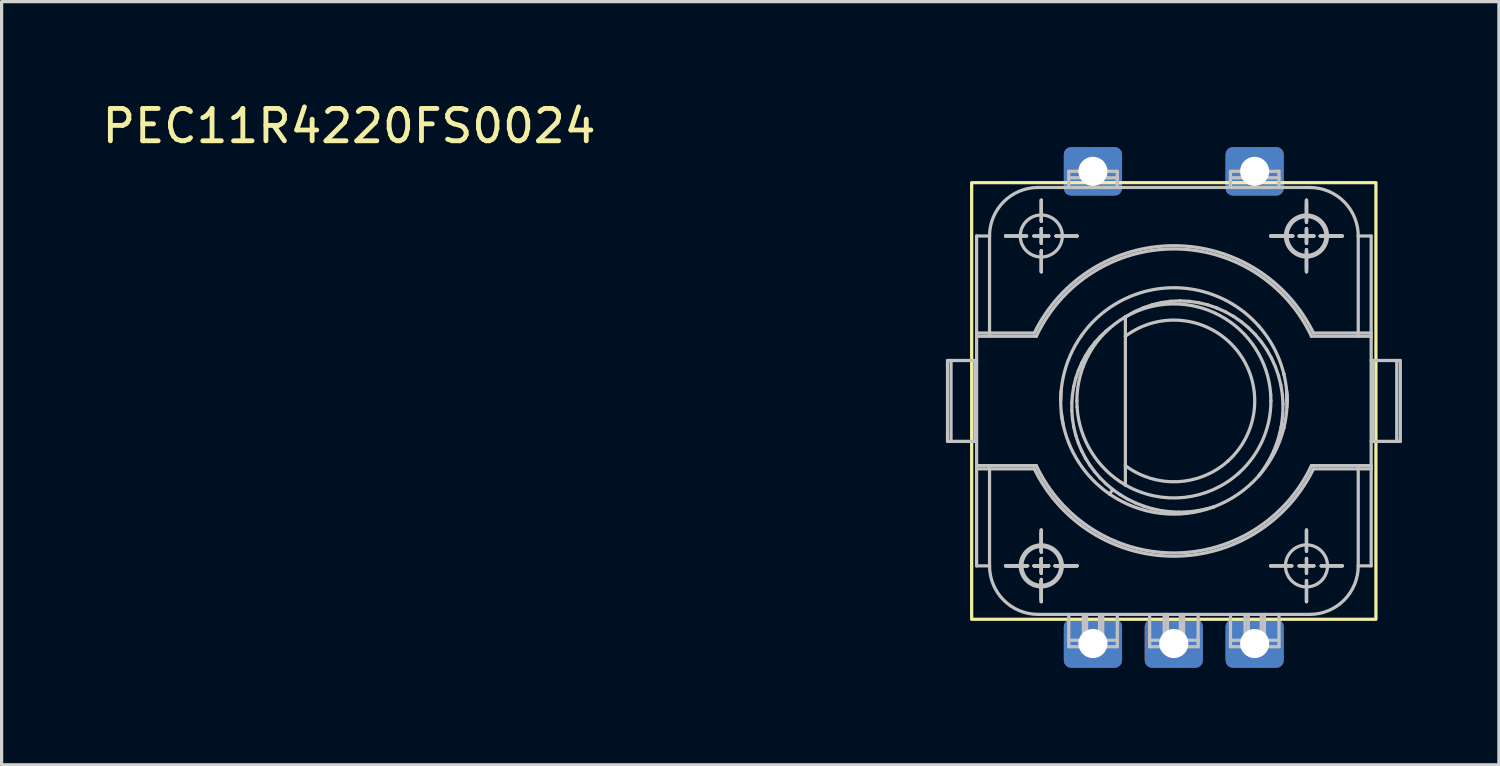
<source format=kicad_pcb>
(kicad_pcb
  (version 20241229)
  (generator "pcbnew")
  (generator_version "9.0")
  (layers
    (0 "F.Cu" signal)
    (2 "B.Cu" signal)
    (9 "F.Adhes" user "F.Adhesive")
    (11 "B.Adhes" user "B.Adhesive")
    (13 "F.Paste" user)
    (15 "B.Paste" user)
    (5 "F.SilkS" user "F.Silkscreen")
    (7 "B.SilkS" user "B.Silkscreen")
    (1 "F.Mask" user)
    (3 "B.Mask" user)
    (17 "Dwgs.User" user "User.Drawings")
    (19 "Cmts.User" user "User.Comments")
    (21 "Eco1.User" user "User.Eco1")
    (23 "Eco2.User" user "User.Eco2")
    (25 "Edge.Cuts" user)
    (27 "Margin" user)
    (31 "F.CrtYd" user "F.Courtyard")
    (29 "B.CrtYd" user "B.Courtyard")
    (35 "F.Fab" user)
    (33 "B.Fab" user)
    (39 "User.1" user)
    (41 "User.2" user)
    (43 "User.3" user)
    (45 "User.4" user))
  (footprint "PEC11R4220FS0024"
    (layer "F.Cu")
    (at 33.244 9.348)
    (property "Reference" "PEC11R4220FS0024" (at -25.5 -8.5 0) (layer "F.SilkS") (effects (font (size 1 1) (thickness 0.15))))
    (attr through_hole)
    (fp_rect (start -6.25 -6.75) (end 6.25 6.75) (stroke (width 0.1) (type default)) (fill no) (layer "F.SilkS"))
    (fp_line (start -6.997 -1.251) (end -6.997 1.249) (stroke (width 0.1) (type default)) (layer "Dwgs.User"))
    (fp_line (start -6.997 1.249) (end -6.888 1.249) (stroke (width 0.1) (type default)) (layer "Dwgs.User"))
    (fp_line (start -6.888 -1.251) (end -6.997 -1.251) (stroke (width 0.1) (type default)) (layer "Dwgs.User"))
    (fp_line (start -6.888 1.249) (end -6.888 -1.251) (stroke (width 0.1) (type default)) (layer "Dwgs.User"))
    (fp_line (start -6.888 1.249) (end -6.151 1.249) (stroke (width 0.1) (type default)) (layer "Dwgs.User"))
    (fp_line (start -6.151 -1.251) (end -6.888 -1.251) (stroke (width 0.1) (type default)) (layer "Dwgs.User"))
    (fp_line (start -6.151 1.249) (end -6.151 -1.251) (stroke (width 0.1) (type default)) (layer "Dwgs.User"))
    (fp_line (start -6.151 1.249) (end -6.097 1.249) (stroke (width 0.1) (type default)) (layer "Dwgs.User"))
    (fp_line (start -6.097 -2.101) (end -6.097 -5.101) (stroke (width 0.1) (type default)) (layer "Dwgs.User"))
    (fp_line (start -6.097 -2.101) (end -6.097 -2.001) (stroke (width 0.1) (type default)) (layer "Dwgs.User"))
    (fp_line (start -6.097 -2.101) (end -5.697 -2.101) (stroke (width 0.1) (type default)) (layer "Dwgs.User"))
    (fp_line (start -6.097 -2.001) (end -4.25 -2.001) (stroke (width 0.1) (type default)) (layer "Dwgs.User"))
    (fp_line (start -6.097 -1.251) (end -6.151 -1.251) (stroke (width 0.1) (type default)) (layer "Dwgs.User"))
    (fp_line (start -6.097 1.999) (end -6.097 -2.001) (stroke (width 0.1) (type default)) (layer "Dwgs.User"))
    (fp_line (start -6.097 1.999) (end -6.097 2.099) (stroke (width 0.1) (type default)) (layer "Dwgs.User"))
    (fp_line (start -6.097 5.099) (end -6.097 2.099) (stroke (width 0.1) (type default)) (layer "Dwgs.User"))
    (fp_line (start -6.097 5.099) (end -5.697 5.099) (stroke (width 0.1) (type default)) (layer "Dwgs.User"))
    (fp_line (start -5.697 -5.101) (end -6.097 -5.101) (stroke (width 0.1) (type default)) (layer "Dwgs.User"))
    (fp_line (start -5.697 -2.101) (end -5.697 -5.101) (stroke (width 0.1) (type default)) (layer "Dwgs.User"))
    (fp_line (start -5.697 -2.101) (end -5.697 -2.001) (stroke (width 0.1) (type default)) (layer "Dwgs.User"))
    (fp_line (start -5.697 1.999) (end -5.697 2.099) (stroke (width 0.1) (type default)) (layer "Dwgs.User"))
    (fp_line (start -5.697 2.099) (end -6.097 2.099) (stroke (width 0.1) (type default)) (layer "Dwgs.User"))
    (fp_line (start -5.697 2.099) (end -4.313 2.099) (stroke (width 0.1) (type default)) (layer "Dwgs.User"))
    (fp_line (start -5.697 5.099) (end -5.697 2.099) (stroke (width 0.1) (type default)) (layer "Dwgs.User"))
    (fp_line (start -5.202 -5.101) (end -5.202 -5.101) (stroke (width 0.1) (type default)) (layer "Dwgs.User"))
    (fp_line (start -5.202 5.099) (end -5.202 5.099) (stroke (width 0.1) (type default)) (layer "Dwgs.User"))
    (fp_line (start -4.552 -5.101) (end -5.202 -5.101) (stroke (width 0.1) (type default)) (layer "Dwgs.User"))
    (fp_line (start -4.552 -5.101) (end -5.202 -5.101) (stroke (width 0.1) (type default)) (layer "Dwgs.User"))
    (fp_line (start -4.552 -5.101) (end -5.202 -5.101) (stroke (width 0.1) (type default)) (layer "Dwgs.User"))
    (fp_line (start -4.552 5.099) (end -5.202 5.099) (stroke (width 0.1) (type default)) (layer "Dwgs.User"))
    (fp_line (start -4.552 5.099) (end -5.202 5.099) (stroke (width 0.1) (type default)) (layer "Dwgs.User"))
    (fp_line (start -4.552 5.099) (end -5.202 5.099) (stroke (width 0.1) (type default)) (layer "Dwgs.User"))
    (fp_line (start -4.517 5.099) (end -5.117 5.099) (stroke (width 0.1) (type default)) (layer "Dwgs.User"))
    (fp_line (start -4.517 5.099) (end -5.117 5.099) (stroke (width 0.1) (type default)) (layer "Dwgs.User"))
    (fp_line (start -4.324 -5.101) (end -3.869 -5.101) (stroke (width 0.1) (type default)) (layer "Dwgs.User"))
    (fp_line (start -4.324 -5.101) (end -3.869 -5.101) (stroke (width 0.1) (type default)) (layer "Dwgs.User"))
    (fp_line (start -4.324 5.099) (end -3.869 5.099) (stroke (width 0.1) (type default)) (layer "Dwgs.User"))
    (fp_line (start -4.324 5.099) (end -3.869 5.099) (stroke (width 0.1) (type default)) (layer "Dwgs.User"))
    (fp_line (start -4.324 -5.101) (end -3.869 -5.101) (stroke (width 0.1) (type default)) (layer "Dwgs.User"))
    (fp_line (start -4.324 5.099) (end -3.869 5.099) (stroke (width 0.1) (type default)) (layer "Dwgs.User"))
    (fp_line (start -4.313 -2.101) (end -5.697 -2.101) (stroke (width 0.1) (type default)) (layer "Dwgs.User"))
    (fp_line (start -4.307 5.099) (end -3.887 5.099) (stroke (width 0.1) (type default)) (layer "Dwgs.User"))
    (fp_line (start -4.307 5.099) (end -3.887 5.099) (stroke (width 0.1) (type default)) (layer "Dwgs.User"))
    (fp_line (start -4.25 1.999) (end -6.097 1.999) (stroke (width 0.1) (type default)) (layer "Dwgs.User"))
    (fp_line (start -4.197 -6.601) (end 4.203 -6.601) (stroke (width 0.1) (type default)) (layer "Dwgs.User"))
    (fp_line (start -4.197 -6.601) (end -4.197 -6.601) (stroke (width 0.1) (type default)) (layer "Dwgs.User"))
    (fp_line (start -4.097 -6.206) (end -4.097 -6.206) (stroke (width 0.1) (type default)) (layer "Dwgs.User"))
    (fp_line (start -4.097 -5.556) (end -4.097 -6.206) (stroke (width 0.1) (type default)) (layer "Dwgs.User"))
    (fp_line (start -4.097 -5.556) (end -4.097 -6.206) (stroke (width 0.1) (type default)) (layer "Dwgs.User"))
    (fp_line (start -4.097 -5.328) (end -4.097 -5.328) (stroke (width 0.1) (type default)) (layer "Dwgs.User"))
    (fp_line (start -4.097 -4.873) (end -4.097 -5.328) (stroke (width 0.1) (type default)) (layer "Dwgs.User"))
    (fp_line (start -4.097 -4.873) (end -4.097 -5.328) (stroke (width 0.1) (type default)) (layer "Dwgs.User"))
    (fp_line (start -4.097 -4.646) (end -4.097 -3.996) (stroke (width 0.1) (type default)) (layer "Dwgs.User"))
    (fp_line (start -4.097 -4.646) (end -4.097 -3.996) (stroke (width 0.1) (type default)) (layer "Dwgs.User"))
    (fp_line (start -4.097 -3.996) (end -4.097 -3.996) (stroke (width 0.1) (type default)) (layer "Dwgs.User"))
    (fp_line (start -4.097 3.994) (end -4.097 3.994) (stroke (width 0.1) (type default)) (layer "Dwgs.User"))
    (fp_line (start -4.097 4.644) (end -4.097 3.994) (stroke (width 0.1) (type default)) (layer "Dwgs.User"))
    (fp_line (start -4.097 4.644) (end -4.097 3.994) (stroke (width 0.1) (type default)) (layer "Dwgs.User"))
    (fp_line (start -4.097 4.679) (end -4.097 4.079) (stroke (width 0.1) (type default)) (layer "Dwgs.User"))
    (fp_line (start -4.097 4.679) (end -4.097 4.079) (stroke (width 0.1) (type default)) (layer "Dwgs.User"))
    (fp_line (start -4.097 4.872) (end -4.097 4.872) (stroke (width 0.1) (type default)) (layer "Dwgs.User"))
    (fp_line (start -4.097 5.309) (end -4.097 4.889) (stroke (width 0.1) (type default)) (layer "Dwgs.User"))
    (fp_line (start -4.097 5.309) (end -4.097 4.889) (stroke (width 0.1) (type default)) (layer "Dwgs.User"))
    (fp_line (start -4.097 5.327) (end -4.097 4.872) (stroke (width 0.1) (type default)) (layer "Dwgs.User"))
    (fp_line (start -4.097 5.327) (end -4.097 4.872) (stroke (width 0.1) (type default)) (layer "Dwgs.User"))
    (fp_line (start -4.097 5.519) (end -4.097 6.119) (stroke (width 0.1) (type default)) (layer "Dwgs.User"))
    (fp_line (start -4.097 5.519) (end -4.097 6.119) (stroke (width 0.1) (type default)) (layer "Dwgs.User"))
    (fp_line (start -4.097 5.554) (end -4.097 6.204) (stroke (width 0.1) (type default)) (layer "Dwgs.User"))
    (fp_line (start -4.097 5.554) (end -4.097 6.204) (stroke (width 0.1) (type default)) (layer "Dwgs.User"))
    (fp_line (start -4.097 6.204) (end -4.097 6.204) (stroke (width 0.1) (type default)) (layer "Dwgs.User"))
    (fp_line (start -4.097 -5.556) (end -4.097 -6.206) (stroke (width 0.1) (type default)) (layer "Dwgs.User"))
    (fp_line (start -4.097 -4.873) (end -4.097 -5.328) (stroke (width 0.1) (type default)) (layer "Dwgs.User"))
    (fp_line (start -4.097 -4.646) (end -4.097 -3.996) (stroke (width 0.1) (type default)) (layer "Dwgs.User"))
    (fp_line (start -4.097 4.644) (end -4.097 3.994) (stroke (width 0.1) (type default)) (layer "Dwgs.User"))
    (fp_line (start -4.097 5.327) (end -4.097 4.872) (stroke (width 0.1) (type default)) (layer "Dwgs.User"))
    (fp_line (start -4.097 5.554) (end -4.097 6.204) (stroke (width 0.1) (type default)) (layer "Dwgs.User"))
    (fp_line (start -3.869 -5.101) (end -3.869 -5.101) (stroke (width 0.1) (type default)) (layer "Dwgs.User"))
    (fp_line (start -3.869 5.099) (end -3.869 5.099) (stroke (width 0.1) (type default)) (layer "Dwgs.User"))
    (fp_line (start -3.677 5.099) (end -3.077 5.099) (stroke (width 0.1) (type default)) (layer "Dwgs.User"))
    (fp_line (start -3.677 5.099) (end -3.077 5.099) (stroke (width 0.1) (type default)) (layer "Dwgs.User"))
    (fp_line (start -3.642 -5.101) (end -2.992 -5.101) (stroke (width 0.1) (type default)) (layer "Dwgs.User"))
    (fp_line (start -3.642 -5.101) (end -2.992 -5.101) (stroke (width 0.1) (type default)) (layer "Dwgs.User"))
    (fp_line (start -3.642 5.099) (end -2.992 5.099) (stroke (width 0.1) (type default)) (layer "Dwgs.User"))
    (fp_line (start -3.642 5.099) (end -2.992 5.099) (stroke (width 0.1) (type default)) (layer "Dwgs.User"))
    (fp_line (start -3.642 -5.101) (end -2.992 -5.101) (stroke (width 0.1) (type default)) (layer "Dwgs.User"))
    (fp_line (start -3.642 5.099) (end -2.992 5.099) (stroke (width 0.1) (type default)) (layer "Dwgs.User"))
    (fp_line (start -3.473 0.411) (end -3.473 0.411) (stroke (width 0.1) (type default)) (layer "Dwgs.User"))
    (fp_line (start -3.247 -7.101) (end -3.247 -6.901) (stroke (width 0.1) (type default)) (layer "Dwgs.User"))
    (fp_line (start -3.247 -6.601) (end -3.247 -6.901) (stroke (width 0.1) (type default)) (layer "Dwgs.User"))
    (fp_line (start -3.247 6.599) (end -3.247 7.399) (stroke (width 0.1) (type default)) (layer "Dwgs.User"))
    (fp_line (start -3.247 7.399) (end -3.247 7.599) (stroke (width 0.1) (type default)) (layer "Dwgs.User"))
    (fp_line (start -3.247 7.399) (end -2.797 7.399) (stroke (width 0.1) (type default)) (layer "Dwgs.User"))
    (fp_line (start -3.247 7.599) (end -2.797 7.599) (stroke (width 0.1) (type default)) (layer "Dwgs.User"))
    (fp_line (start -3.153 0.305) (end -3.132 0.559) (stroke (width 0.1) (type default)) (layer "Dwgs.User"))
    (fp_line (start -3.153 0.05) (end -3.153 0.305) (stroke (width 0.1) (type default)) (layer "Dwgs.User"))
    (fp_line (start -3.132 0.559) (end -3.092 0.811) (stroke (width 0.1) (type default)) (layer "Dwgs.User"))
    (fp_line (start -3.132 -0.203) (end -3.153 0.05) (stroke (width 0.1) (type default)) (layer "Dwgs.User"))
    (fp_line (start -3.092 -0.453) (end -3.132 -0.203) (stroke (width 0.1) (type default)) (layer "Dwgs.User"))
    (fp_line (start -3.092 0.811) (end -3.031 1.06) (stroke (width 0.1) (type default)) (layer "Dwgs.User"))
    (fp_line (start -3.031 -0.698) (end -3.092 -0.453) (stroke (width 0.1) (type default)) (layer "Dwgs.User"))
    (fp_line (start -3.031 1.06) (end -2.95 1.303) (stroke (width 0.1) (type default)) (layer "Dwgs.User"))
    (fp_line (start -2.992 -5.101) (end -2.992 -5.101) (stroke (width 0.1) (type default)) (layer "Dwgs.User"))
    (fp_line (start -2.992 5.099) (end -2.992 5.099) (stroke (width 0.1) (type default)) (layer "Dwgs.User"))
    (fp_line (start -2.95 -0.938) (end -3.031 -0.698) (stroke (width 0.1) (type default)) (layer "Dwgs.User"))
    (fp_line (start -2.95 1.303) (end -2.85 1.54) (stroke (width 0.1) (type default)) (layer "Dwgs.User"))
    (fp_line (start -2.858 -2.017) (end -2.858 -2.017) (stroke (width 0.1) (type default)) (layer "Dwgs.User"))
    (fp_line (start -2.85 -1.17) (end -2.95 -0.938) (stroke (width 0.1) (type default)) (layer "Dwgs.User"))
    (fp_line (start -2.85 1.54) (end -2.731 1.768) (stroke (width 0.1) (type default)) (layer "Dwgs.User"))
    (fp_line (start -2.797 7.399) (end -2.797 6.599) (stroke (width 0.1) (type default)) (layer "Dwgs.User"))
    (fp_line (start -2.797 7.399) (end -2.697 7.399) (stroke (width 0.1) (type default)) (layer "Dwgs.User"))
    (fp_line (start -2.797 7.599) (end -2.797 7.399) (stroke (width 0.1) (type default)) (layer "Dwgs.User"))
    (fp_line (start -2.732 -1.393) (end -2.85 -1.17) (stroke (width 0.1) (type default)) (layer "Dwgs.User"))
    (fp_line (start -2.731 1.768) (end -2.594 1.987) (stroke (width 0.1) (type default)) (layer "Dwgs.User"))
    (fp_line (start -2.697 7.399) (end -2.697 6.599) (stroke (width 0.1) (type default)) (layer "Dwgs.User"))
    (fp_line (start -2.697 7.399) (end -2.297 7.399) (stroke (width 0.1) (type default)) (layer "Dwgs.User"))
    (fp_line (start -2.697 7.699) (end -2.697 7.399) (stroke (width 0.1) (type default)) (layer "Dwgs.User"))
    (fp_line (start -2.697 7.699) (end -2.298 7.699) (stroke (width 0.1) (type default)) (layer "Dwgs.User"))
    (fp_line (start -2.647 -7.201) (end -2.647 -7.201) (stroke (width 0.1) (type default)) (layer "Dwgs.User"))
    (fp_line (start -2.597 -1.605) (end -2.732 -1.393) (stroke (width 0.1) (type default)) (layer "Dwgs.User"))
    (fp_line (start -2.594 1.987) (end -2.441 2.194) (stroke (width 0.1) (type default)) (layer "Dwgs.User"))
    (fp_line (start -2.444 -1.804) (end -2.597 -1.605) (stroke (width 0.1) (type default)) (layer "Dwgs.User"))
    (fp_line (start -2.441 2.194) (end -2.271 2.389) (stroke (width 0.1) (type default)) (layer "Dwgs.User"))
    (fp_line (start -2.353 -7.201) (end -2.647 -7.201) (stroke (width 0.1) (type default)) (layer "Dwgs.User"))
    (fp_line (start -2.297 6.599) (end -2.297 7.399) (stroke (width 0.1) (type default)) (layer "Dwgs.User"))
    (fp_line (start -2.297 7.399) (end -2.297 7.699) (stroke (width 0.1) (type default)) (layer "Dwgs.User"))
    (fp_line (start -2.276 -1.99) (end -2.444 -1.804) (stroke (width 0.1) (type default)) (layer "Dwgs.User"))
    (fp_line (start -2.271 2.389) (end -2.086 2.57) (stroke (width 0.1) (type default)) (layer "Dwgs.User"))
    (fp_line (start -2.197 7.599) (end -1.747 7.599) (stroke (width 0.1) (type default)) (layer "Dwgs.User"))
    (fp_line (start -2.197 6.599) (end -2.197 7.399) (stroke (width 0.1) (type default)) (layer "Dwgs.User"))
    (fp_line (start -2.197 7.399) (end -2.297 7.399) (stroke (width 0.1) (type default)) (layer "Dwgs.User"))
    (fp_line (start -2.197 7.399) (end -2.197 7.599) (stroke (width 0.1) (type default)) (layer "Dwgs.User"))
    (fp_line (start -2.197 7.399) (end -1.747 7.399) (stroke (width 0.1) (type default)) (layer "Dwgs.User"))
    (fp_line (start -2.093 -2.161) (end -2.276 -1.99) (stroke (width 0.1) (type default)) (layer "Dwgs.User"))
    (fp_line (start -2.086 2.57) (end -1.887 2.737) (stroke (width 0.1) (type default)) (layer "Dwgs.User"))
    (fp_line (start -1.985 2.88) (end -1.887 2.737) (stroke (width 0.1) (type default)) (layer "Dwgs.User"))
    (fp_line (start -1.98 -2.254) (end -2.093 -2.161) (stroke (width 0.1) (type default)) (layer "Dwgs.User"))
    (fp_line (start -1.747 -7.101) (end -3.247 -7.101) (stroke (width 0.1) (type default)) (layer "Dwgs.User"))
    (fp_line (start -1.747 -6.901) (end -3.247 -6.901) (stroke (width 0.1) (type default)) (layer "Dwgs.User"))
    (fp_line (start -1.747 -6.901) (end -1.747 -7.101) (stroke (width 0.1) (type default)) (layer "Dwgs.User"))
    (fp_line (start -1.747 -6.601) (end -1.747 -6.901) (stroke (width 0.1) (type default)) (layer "Dwgs.User"))
    (fp_line (start -1.747 6.599) (end -1.747 7.399) (stroke (width 0.1) (type default)) (layer "Dwgs.User"))
    (fp_line (start -1.747 7.599) (end -1.747 7.399) (stroke (width 0.1) (type default)) (layer "Dwgs.User"))
    (fp_line (start -1.663 2.895) (end -1.428 3.035) (stroke (width 0.1) (type default)) (layer "Dwgs.User"))
    (fp_line (start -1.497 -2.599) (end -1.497 -2.599) (stroke (width 0.1) (type default)) (layer "Dwgs.User"))
    (fp_line (start -1.497 2.597) (end -1.497 2.597) (stroke (width 0.1) (type default)) (layer "Dwgs.User"))
    (fp_line (start -1.497 -2.599) (end -1.497 -2.001) (stroke (width 0.1) (type default)) (layer "Dwgs.User"))
    (fp_line (start -1.497 -2.001) (end -1.497 1.999) (stroke (width 0.1) (type default)) (layer "Dwgs.User"))
    (fp_line (start -1.497 1.999) (end -1.497 2.597) (stroke (width 0.1) (type default)) (layer "Dwgs.User"))
    (fp_line (start -1.428 3.035) (end -1.182 3.154) (stroke (width 0.1) (type default)) (layer "Dwgs.User"))
    (fp_line (start -1.199 -2.766) (end -0.936 -2.884) (stroke (width 0.1) (type default)) (layer "Dwgs.User"))
    (fp_line (start -1.182 3.154) (end -0.926 3.254) (stroke (width 0.1) (type default)) (layer "Dwgs.User"))
    (fp_line (start -0.936 -2.884) (end -0.663 -2.976) (stroke (width 0.1) (type default)) (layer "Dwgs.User"))
    (fp_line (start -0.926 3.254) (end -0.662 3.333) (stroke (width 0.1) (type default)) (layer "Dwgs.User"))
    (fp_line (start -0.747 6.599) (end -0.747 7.399) (stroke (width 0.1) (type default)) (layer "Dwgs.User"))
    (fp_line (start -0.747 7.399) (end -0.747 7.599) (stroke (width 0.1) (type default)) (layer "Dwgs.User"))
    (fp_line (start -0.747 7.399) (end -0.297 7.399) (stroke (width 0.1) (type default)) (layer "Dwgs.User"))
    (fp_line (start -0.747 7.599) (end -0.297 7.599) (stroke (width 0.1) (type default)) (layer "Dwgs.User"))
    (fp_line (start -0.663 -2.976) (end -0.383 -3.043) (stroke (width 0.1) (type default)) (layer "Dwgs.User"))
    (fp_line (start -0.662 3.333) (end -0.393 3.39) (stroke (width 0.1) (type default)) (layer "Dwgs.User"))
    (fp_line (start -0.393 3.39) (end -0.121 3.425) (stroke (width 0.1) (type default)) (layer "Dwgs.User"))
    (fp_line (start -0.383 -3.043) (end -0.097 -3.082) (stroke (width 0.1) (type default)) (layer "Dwgs.User"))
    (fp_line (start -0.297 7.399) (end -0.297 6.599) (stroke (width 0.1) (type default)) (layer "Dwgs.User"))
    (fp_line (start -0.297 7.399) (end -0.197 7.399) (stroke (width 0.1) (type default)) (layer "Dwgs.User"))
    (fp_line (start -0.297 7.599) (end -0.297 7.399) (stroke (width 0.1) (type default)) (layer "Dwgs.User"))
    (fp_line (start -0.197 7.399) (end -0.197 6.599) (stroke (width 0.1) (type default)) (layer "Dwgs.User"))
    (fp_line (start -0.197 7.399) (end 0.203 7.399) (stroke (width 0.1) (type default)) (layer "Dwgs.User"))
    (fp_line (start -0.197 7.699) (end -0.197 7.399) (stroke (width 0.1) (type default)) (layer "Dwgs.User"))
    (fp_line (start -0.197 7.699) (end 0.203 7.699) (stroke (width 0.1) (type default)) (layer "Dwgs.User"))
    (fp_line (start -0.121 3.425) (end 0.153 3.439) (stroke (width 0.1) (type default)) (layer "Dwgs.User"))
    (fp_line (start -0.097 -3.082) (end 0.193 -3.095) (stroke (width 0.1) (type default)) (layer "Dwgs.User"))
    (fp_line (start 0.153 3.439) (end 0.429 3.43) (stroke (width 0.1) (type default)) (layer "Dwgs.User"))
    (fp_line (start 0.193 -3.095) (end 0.483 -3.08) (stroke (width 0.1) (type default)) (layer "Dwgs.User"))
    (fp_line (start 0.203 6.599) (end 0.203 7.399) (stroke (width 0.1) (type default)) (layer "Dwgs.User"))
    (fp_line (start 0.203 7.399) (end 0.203 7.699) (stroke (width 0.1) (type default)) (layer "Dwgs.User"))
    (fp_line (start 0.303 6.599) (end 0.303 7.399) (stroke (width 0.1) (type default)) (layer "Dwgs.User"))
    (fp_line (start 0.303 7.399) (end 0.203 7.399) (stroke (width 0.1) (type default)) (layer "Dwgs.User"))
    (fp_line (start 0.303 7.399) (end 0.303 7.599) (stroke (width 0.1) (type default)) (layer "Dwgs.User"))
    (fp_line (start 0.303 7.399) (end 0.753 7.399) (stroke (width 0.1) (type default)) (layer "Dwgs.User"))
    (fp_line (start 0.303 7.599) (end 0.753 7.599) (stroke (width 0.1) (type default)) (layer "Dwgs.User"))
    (fp_line (start 0.429 3.43) (end 0.704 3.399) (stroke (width 0.1) (type default)) (layer "Dwgs.User"))
    (fp_line (start 0.483 -3.08) (end 0.772 -3.038) (stroke (width 0.1) (type default)) (layer "Dwgs.User"))
    (fp_line (start 0.704 3.399) (end 0.976 3.346) (stroke (width 0.1) (type default)) (layer "Dwgs.User"))
    (fp_line (start 0.753 6.599) (end 0.753 7.399) (stroke (width 0.1) (type default)) (layer "Dwgs.User"))
    (fp_line (start 0.753 7.599) (end 0.753 7.399) (stroke (width 0.1) (type default)) (layer "Dwgs.User"))
    (fp_line (start 0.772 -3.038) (end 1.055 -2.97) (stroke (width 0.1) (type default)) (layer "Dwgs.User"))
    (fp_line (start 0.976 3.346) (end 1.189 3.289) (stroke (width 0.1) (type default)) (layer "Dwgs.User"))
    (fp_line (start 1.055 -2.97) (end 1.331 -2.875) (stroke (width 0.1) (type default)) (layer "Dwgs.User"))
    (fp_line (start 1.189 3.289) (end 1.244 3.272) (stroke (width 0.1) (type default)) (layer "Dwgs.User"))
    (fp_line (start 1.244 3.272) (end 1.243 3.269) (stroke (width 0.1) (type default)) (layer "Dwgs.User"))
    (fp_line (start 1.331 -2.875) (end 1.597 -2.756) (stroke (width 0.1) (type default)) (layer "Dwgs.User"))
    (fp_line (start 1.597 -2.756) (end 1.85 -2.613) (stroke (width 0.1) (type default)) (layer "Dwgs.User"))
    (fp_line (start 1.674 1.859) (end 1.674 1.859) (stroke (width 0.1) (type default)) (layer "Dwgs.User"))
    (fp_line (start 1.753 -7.101) (end 1.753 -6.901) (stroke (width 0.1) (type default)) (layer "Dwgs.User"))
    (fp_line (start 1.753 -6.601) (end 1.753 -6.901) (stroke (width 0.1) (type default)) (layer "Dwgs.User"))
    (fp_line (start 1.753 6.599) (end 1.753 7.399) (stroke (width 0.1) (type default)) (layer "Dwgs.User"))
    (fp_line (start 1.753 7.399) (end 1.753 7.599) (stroke (width 0.1) (type default)) (layer "Dwgs.User"))
    (fp_line (start 1.753 7.399) (end 2.203 7.399) (stroke (width 0.1) (type default)) (layer "Dwgs.User"))
    (fp_line (start 1.753 7.599) (end 2.203 7.599) (stroke (width 0.1) (type default)) (layer "Dwgs.User"))
    (fp_line (start 1.85 -2.613) (end 2.089 -2.448) (stroke (width 0.1) (type default)) (layer "Dwgs.User"))
    (fp_line (start 2.089 -2.448) (end 2.313 -2.26) (stroke (width 0.1) (type default)) (layer "Dwgs.User"))
    (fp_line (start 2.203 7.399) (end 2.203 6.599) (stroke (width 0.1) (type default)) (layer "Dwgs.User"))
    (fp_line (start 2.203 7.399) (end 2.303 7.399) (stroke (width 0.1) (type default)) (layer "Dwgs.User"))
    (fp_line (start 2.203 7.599) (end 2.203 7.399) (stroke (width 0.1) (type default)) (layer "Dwgs.User"))
    (fp_line (start 2.303 7.399) (end 2.303 6.599) (stroke (width 0.1) (type default)) (layer "Dwgs.User"))
    (fp_line (start 2.303 7.399) (end 2.703 7.399) (stroke (width 0.1) (type default)) (layer "Dwgs.User"))
    (fp_line (start 2.303 7.699) (end 2.303 7.399) (stroke (width 0.1) (type default)) (layer "Dwgs.User"))
    (fp_line (start 2.303 7.699) (end 2.702 7.699) (stroke (width 0.1) (type default)) (layer "Dwgs.User"))
    (fp_line (start 2.313 -2.26) (end 2.521 -2.052) (stroke (width 0.1) (type default)) (layer "Dwgs.User"))
    (fp_line (start 2.353 -7.201) (end 2.353 -7.201) (stroke (width 0.1) (type default)) (layer "Dwgs.User"))
    (fp_line (start 2.521 -2.052) (end 2.71 -1.824) (stroke (width 0.1) (type default)) (layer "Dwgs.User"))
    (fp_line (start 2.618 -2.327) (end 2.623 -2.322) (stroke (width 0.1) (type default)) (layer "Dwgs.User"))
    (fp_line (start 2.647 -7.201) (end 2.353 -7.201) (stroke (width 0.1) (type default)) (layer "Dwgs.User"))
    (fp_line (start 2.671 2.258) (end 2.623 2.32) (stroke (width 0.1) (type default)) (layer "Dwgs.User"))
    (fp_line (start 2.703 6.599) (end 2.703 7.399) (stroke (width 0.1) (type default)) (layer "Dwgs.User"))
    (fp_line (start 2.703 7.399) (end 2.703 7.699) (stroke (width 0.1) (type default)) (layer "Dwgs.User"))
    (fp_line (start 2.71 -1.824) (end 2.878 -1.581) (stroke (width 0.1) (type default)) (layer "Dwgs.User"))
    (fp_line (start 2.802 2.074) (end 2.671 2.258) (stroke (width 0.1) (type default)) (layer "Dwgs.User"))
    (fp_line (start 2.803 7.599) (end 3.253 7.599) (stroke (width 0.1) (type default)) (layer "Dwgs.User"))
    (fp_line (start 2.803 6.599) (end 2.803 7.399) (stroke (width 0.1) (type default)) (layer "Dwgs.User"))
    (fp_line (start 2.803 7.399) (end 2.703 7.399) (stroke (width 0.1) (type default)) (layer "Dwgs.User"))
    (fp_line (start 2.803 7.399) (end 2.803 7.599) (stroke (width 0.1) (type default)) (layer "Dwgs.User"))
    (fp_line (start 2.803 7.399) (end 3.253 7.399) (stroke (width 0.1) (type default)) (layer "Dwgs.User"))
    (fp_line (start 2.878 -1.581) (end 3.022 -1.324) (stroke (width 0.1) (type default)) (layer "Dwgs.User"))
    (fp_line (start 2.958 1.815) (end 2.802 2.074) (stroke (width 0.1) (type default)) (layer "Dwgs.User"))
    (fp_line (start 2.998 -5.101) (end 2.998 -5.101) (stroke (width 0.1) (type default)) (layer "Dwgs.User"))
    (fp_line (start 2.998 5.099) (end 2.998 5.099) (stroke (width 0.1) (type default)) (layer "Dwgs.User"))
    (fp_line (start 3.022 -1.324) (end 3.143 -1.056) (stroke (width 0.1) (type default)) (layer "Dwgs.User"))
    (fp_line (start 3.091 1.545) (end 2.958 1.815) (stroke (width 0.1) (type default)) (layer "Dwgs.User"))
    (fp_line (start 3.143 -1.056) (end 3.239 -0.778) (stroke (width 0.1) (type default)) (layer "Dwgs.User"))
    (fp_line (start 3.199 1.266) (end 3.091 1.545) (stroke (width 0.1) (type default)) (layer "Dwgs.User"))
    (fp_line (start 3.239 -0.778) (end 3.31 -0.493) (stroke (width 0.1) (type default)) (layer "Dwgs.User"))
    (fp_line (start 3.253 -7.101) (end 1.753 -7.101) (stroke (width 0.1) (type default)) (layer "Dwgs.User"))
    (fp_line (start 3.253 -6.901) (end 1.753 -6.901) (stroke (width 0.1) (type default)) (layer "Dwgs.User"))
    (fp_line (start 3.253 -6.901) (end 3.253 -7.101) (stroke (width 0.1) (type default)) (layer "Dwgs.User"))
    (fp_line (start 3.253 -6.601) (end 3.253 -6.901) (stroke (width 0.1) (type default)) (layer "Dwgs.User"))
    (fp_line (start 3.253 6.599) (end 3.253 7.399) (stroke (width 0.1) (type default)) (layer "Dwgs.User"))
    (fp_line (start 3.253 7.599) (end 3.253 7.399) (stroke (width 0.1) (type default)) (layer "Dwgs.User"))
    (fp_line (start 3.282 0.979) (end 3.199 1.266) (stroke (width 0.1) (type default)) (layer "Dwgs.User"))
    (fp_line (start 3.31 -0.493) (end 3.357 -0.202) (stroke (width 0.1) (type default)) (layer "Dwgs.User"))
    (fp_line (start 3.339 0.687) (end 3.317 0.816) (stroke (width 0.1) (type default)) (layer "Dwgs.User"))
    (fp_line (start 3.357 -0.202) (end 3.377 0.093) (stroke (width 0.1) (type default)) (layer "Dwgs.User"))
    (fp_line (start 3.371 0.39) (end 3.339 0.687) (stroke (width 0.1) (type default)) (layer "Dwgs.User"))
    (fp_line (start 3.377 0.093) (end 3.371 0.39) (stroke (width 0.1) (type default)) (layer "Dwgs.User"))
    (fp_line (start 3.401 -0.838) (end 3.406 -0.817) (stroke (width 0.1) (type default)) (layer "Dwgs.User"))
    (fp_line (start 3.503 -0.001) (end 3.503 -0.001) (stroke (width 0.1) (type default)) (layer "Dwgs.User"))
    (fp_line (start 3.503 -0.001) (end 3.503 -0.001) (stroke (width 0.1) (type default)) (layer "Dwgs.User"))
    (fp_line (start 3.648 -5.101) (end 2.998 -5.101) (stroke (width 0.1) (type default)) (layer "Dwgs.User"))
    (fp_line (start 3.648 5.099) (end 2.998 5.099) (stroke (width 0.1) (type default)) (layer "Dwgs.User"))
    (fp_line (start 3.648 -5.101) (end 2.998 -5.101) (stroke (width 0.1) (type default)) (layer "Dwgs.User"))
    (fp_line (start 3.648 -5.101) (end 2.998 -5.101) (stroke (width 0.1) (type default)) (layer "Dwgs.User"))
    (fp_line (start 3.648 5.099) (end 2.998 5.099) (stroke (width 0.1) (type default)) (layer "Dwgs.User"))
    (fp_line (start 3.648 5.099) (end 2.998 5.099) (stroke (width 0.1) (type default)) (layer "Dwgs.User"))
    (fp_line (start 3.683 -5.101) (end 3.083 -5.101) (stroke (width 0.1) (type default)) (layer "Dwgs.User"))
    (fp_line (start 3.683 -5.101) (end 3.083 -5.101) (stroke (width 0.1) (type default)) (layer "Dwgs.User"))
    (fp_line (start 3.876 -5.101) (end 4.331 -5.101) (stroke (width 0.1) (type default)) (layer "Dwgs.User"))
    (fp_line (start 3.876 5.099) (end 4.331 5.099) (stroke (width 0.1) (type default)) (layer "Dwgs.User"))
    (fp_line (start 3.876 -5.101) (end 4.331 -5.101) (stroke (width 0.1) (type default)) (layer "Dwgs.User"))
    (fp_line (start 3.876 -5.101) (end 4.331 -5.101) (stroke (width 0.1) (type default)) (layer "Dwgs.User"))
    (fp_line (start 3.876 5.099) (end 4.331 5.099) (stroke (width 0.1) (type default)) (layer "Dwgs.User"))
    (fp_line (start 3.876 5.099) (end 4.331 5.099) (stroke (width 0.1) (type default)) (layer "Dwgs.User"))
    (fp_line (start 3.893 -5.101) (end 4.313 -5.101) (stroke (width 0.1) (type default)) (layer "Dwgs.User"))
    (fp_line (start 3.893 -5.101) (end 4.313 -5.101) (stroke (width 0.1) (type default)) (layer "Dwgs.User"))
    (fp_line (start 4.103 -5.556) (end 4.103 -6.206) (stroke (width 0.1) (type default)) (layer "Dwgs.User"))
    (fp_line (start 4.103 -4.873) (end 4.103 -5.328) (stroke (width 0.1) (type default)) (layer "Dwgs.User"))
    (fp_line (start 4.103 -4.646) (end 4.103 -3.996) (stroke (width 0.1) (type default)) (layer "Dwgs.User"))
    (fp_line (start 4.103 4.644) (end 4.103 3.994) (stroke (width 0.1) (type default)) (layer "Dwgs.User"))
    (fp_line (start 4.103 5.327) (end 4.103 4.872) (stroke (width 0.1) (type default)) (layer "Dwgs.User"))
    (fp_line (start 4.103 5.554) (end 4.103 6.204) (stroke (width 0.1) (type default)) (layer "Dwgs.User"))
    (fp_line (start 4.103 -6.206) (end 4.103 -6.206) (stroke (width 0.1) (type default)) (layer "Dwgs.User"))
    (fp_line (start 4.103 -5.556) (end 4.103 -6.206) (stroke (width 0.1) (type default)) (layer "Dwgs.User"))
    (fp_line (start 4.103 -5.556) (end 4.103 -6.206) (stroke (width 0.1) (type default)) (layer "Dwgs.User"))
    (fp_line (start 4.103 -5.521) (end 4.103 -6.121) (stroke (width 0.1) (type default)) (layer "Dwgs.User"))
    (fp_line (start 4.103 -5.521) (end 4.103 -6.121) (stroke (width 0.1) (type default)) (layer "Dwgs.User"))
    (fp_line (start 4.103 -5.328) (end 4.103 -5.328) (stroke (width 0.1) (type default)) (layer "Dwgs.User"))
    (fp_line (start 4.103 -4.891) (end 4.103 -5.311) (stroke (width 0.1) (type default)) (layer "Dwgs.User"))
    (fp_line (start 4.103 -4.891) (end 4.103 -5.311) (stroke (width 0.1) (type default)) (layer "Dwgs.User"))
    (fp_line (start 4.103 -4.873) (end 4.103 -5.328) (stroke (width 0.1) (type default)) (layer "Dwgs.User"))
    (fp_line (start 4.103 -4.873) (end 4.103 -5.328) (stroke (width 0.1) (type default)) (layer "Dwgs.User"))
    (fp_line (start 4.103 -4.681) (end 4.103 -4.081) (stroke (width 0.1) (type default)) (layer "Dwgs.User"))
    (fp_line (start 4.103 -4.681) (end 4.103 -4.081) (stroke (width 0.1) (type default)) (layer "Dwgs.User"))
    (fp_line (start 4.103 -4.646) (end 4.103 -3.996) (stroke (width 0.1) (type default)) (layer "Dwgs.User"))
    (fp_line (start 4.103 -4.646) (end 4.103 -3.996) (stroke (width 0.1) (type default)) (layer "Dwgs.User"))
    (fp_line (start 4.103 -3.996) (end 4.103 -3.996) (stroke (width 0.1) (type default)) (layer "Dwgs.User"))
    (fp_line (start 4.103 3.994) (end 4.103 3.994) (stroke (width 0.1) (type default)) (layer "Dwgs.User"))
    (fp_line (start 4.103 4.644) (end 4.103 3.994) (stroke (width 0.1) (type default)) (layer "Dwgs.User"))
    (fp_line (start 4.103 4.644) (end 4.103 3.994) (stroke (width 0.1) (type default)) (layer "Dwgs.User"))
    (fp_line (start 4.103 4.872) (end 4.103 4.872) (stroke (width 0.1) (type default)) (layer "Dwgs.User"))
    (fp_line (start 4.103 5.327) (end 4.103 4.872) (stroke (width 0.1) (type default)) (layer "Dwgs.User"))
    (fp_line (start 4.103 5.327) (end 4.103 4.872) (stroke (width 0.1) (type default)) (layer "Dwgs.User"))
    (fp_line (start 4.103 5.554) (end 4.103 6.204) (stroke (width 0.1) (type default)) (layer "Dwgs.User"))
    (fp_line (start 4.103 5.554) (end 4.103 6.204) (stroke (width 0.1) (type default)) (layer "Dwgs.User"))
    (fp_line (start 4.103 6.204) (end 4.103 6.204) (stroke (width 0.1) (type default)) (layer "Dwgs.User"))
    (fp_line (start 4.199 6.599) (end -4.197 6.599) (stroke (width 0.1) (type default)) (layer "Dwgs.User"))
    (fp_line (start 4.256 -2.001) (end 6.103 -2.001) (stroke (width 0.1) (type default)) (layer "Dwgs.User"))
    (fp_line (start 4.319 2.099) (end 5.703 2.099) (stroke (width 0.1) (type default)) (layer "Dwgs.User"))
    (fp_line (start 4.523 -5.101) (end 5.123 -5.101) (stroke (width 0.1) (type default)) (layer "Dwgs.User"))
    (fp_line (start 4.523 -5.101) (end 5.123 -5.101) (stroke (width 0.1) (type default)) (layer "Dwgs.User"))
    (fp_line (start 4.558 -5.101) (end 5.208 -5.101) (stroke (width 0.1) (type default)) (layer "Dwgs.User"))
    (fp_line (start 4.558 -5.101) (end 5.208 -5.101) (stroke (width 0.1) (type default)) (layer "Dwgs.User"))
    (fp_line (start 4.558 -5.101) (end 5.208 -5.101) (stroke (width 0.1) (type default)) (layer "Dwgs.User"))
    (fp_line (start 4.558 5.099) (end 5.208 5.099) (stroke (width 0.1) (type default)) (layer "Dwgs.User"))
    (fp_line (start 4.558 5.099) (end 5.208 5.099) (stroke (width 0.1) (type default)) (layer "Dwgs.User"))
    (fp_line (start 4.558 5.099) (end 5.208 5.099) (stroke (width 0.1) (type default)) (layer "Dwgs.User"))
    (fp_line (start 5.208 -5.101) (end 5.208 -5.101) (stroke (width 0.1) (type default)) (layer "Dwgs.User"))
    (fp_line (start 5.208 5.099) (end 5.208 5.099) (stroke (width 0.1) (type default)) (layer "Dwgs.User"))
    (fp_line (start 5.703 -5.087) (end 5.703 -2.101) (stroke (width 0.1) (type default)) (layer "Dwgs.User"))
    (fp_line (start 5.703 -2.101) (end 4.319 -2.101) (stroke (width 0.1) (type default)) (layer "Dwgs.User"))
    (fp_line (start 5.703 -2.101) (end 5.703 -2.001) (stroke (width 0.1) (type default)) (layer "Dwgs.User"))
    (fp_line (start 5.703 -2.101) (end 6.103 -2.101) (stroke (width 0.1) (type default)) (layer "Dwgs.User"))
    (fp_line (start 5.703 1.999) (end 5.703 2.099) (stroke (width 0.1) (type default)) (layer "Dwgs.User"))
    (fp_line (start 5.703 2.099) (end 5.703 5.099) (stroke (width 0.1) (type default)) (layer "Dwgs.User"))
    (fp_line (start 5.703 5.099) (end 6.103 5.099) (stroke (width 0.1) (type default)) (layer "Dwgs.User"))
    (fp_line (start 6.103 -5.101) (end 5.703 -5.101) (stroke (width 0.1) (type default)) (layer "Dwgs.User"))
    (fp_line (start 6.103 -5.101) (end 6.103 -2.101) (stroke (width 0.1) (type default)) (layer "Dwgs.User"))
    (fp_line (start 6.103 -2.101) (end 6.103 -2.001) (stroke (width 0.1) (type default)) (layer "Dwgs.User"))
    (fp_line (start 6.103 -2.001) (end 6.103 1.999) (stroke (width 0.1) (type default)) (layer "Dwgs.User"))
    (fp_line (start 6.103 1.249) (end 6.158 1.249) (stroke (width 0.1) (type default)) (layer "Dwgs.User"))
    (fp_line (start 6.103 1.999) (end 4.256 1.999) (stroke (width 0.1) (type default)) (layer "Dwgs.User"))
    (fp_line (start 6.103 1.999) (end 6.103 2.099) (stroke (width 0.1) (type default)) (layer "Dwgs.User"))
    (fp_line (start 6.103 2.099) (end 5.703 2.099) (stroke (width 0.1) (type default)) (layer "Dwgs.User"))
    (fp_line (start 6.103 2.099) (end 6.103 5.099) (stroke (width 0.1) (type default)) (layer "Dwgs.User"))
    (fp_line (start 6.158 -1.251) (end 6.103 -1.251) (stroke (width 0.1) (type default)) (layer "Dwgs.User"))
    (fp_line (start 6.158 1.249) (end 6.158 -1.251) (stroke (width 0.1) (type default)) (layer "Dwgs.User"))
    (fp_line (start 6.158 1.249) (end 6.894 1.249) (stroke (width 0.1) (type default)) (layer "Dwgs.User"))
    (fp_line (start 6.894 -1.251) (end 6.158 -1.251) (stroke (width 0.1) (type default)) (layer "Dwgs.User"))
    (fp_line (start 6.894 1.249) (end 6.894 -1.251) (stroke (width 0.1) (type default)) (layer "Dwgs.User"))
    (fp_line (start 6.894 1.249) (end 7.003 1.249) (stroke (width 0.1) (type default)) (layer "Dwgs.User"))
    (fp_line (start 7.003 -1.251) (end 6.894 -1.251) (stroke (width 0.1) (type default)) (layer "Dwgs.User"))
    (fp_line (start 7.003 1.249) (end 7.003 -1.251) (stroke (width 0.1) (type default)) (layer "Dwgs.User"))
    (fp_arc (start -5.696917 -5.100881) (mid -5.257569 -6.161562) (end -4.196888 -6.60091) (stroke (width 0.1) (type default)) (layer "Dwgs.User"))
    (fp_arc (start -4.746917 -5.100918) (mid -4.74655 -5.122796) (end -4.745444 -5.144649) (stroke (width 0.1) (type default)) (layer "Dwgs.User"))
    (fp_arc (start -4.746917 5.099082) (mid -4.74655 5.077204) (end -4.745444 5.055351) (stroke (width 0.1) (type default)) (layer "Dwgs.User"))
    (fp_arc (start -4.745444 -5.144649) (mid -4.07504 -5.750551) (end -3.446917 -5.100918) (stroke (width 0.1) (type default)) (layer "Dwgs.User"))
    (fp_arc (start -4.745444 5.055351) (mid -4.07504 4.449449) (end -3.446917 5.099082) (stroke (width 0.1) (type default)) (layer "Dwgs.User"))
    (fp_arc (start -4.696917 5.099082) (mid -4.118795 4.499479) (end -3.498512 5.055357) (stroke (width 0.1) (type default)) (layer "Dwgs.User"))
    (fp_arc (start -4.695322 5.142807) (mid -4.696516 5.120959) (end -4.696917 5.099082) (stroke (width 0.1) (type default)) (layer "Dwgs.User"))
    (fp_arc (start -4.313165 -2.100918) (mid 0.003082 -4.800918) (end 4.319329 -2.100918) (stroke (width 0.1) (type default)) (layer "Dwgs.User"))
    (fp_arc (start -4.25015 -2.000918) (mid 0.003082 -4.700917) (end 4.256315 -2.000918) (stroke (width 0.1) (type default)) (layer "Dwgs.User"))
    (fp_arc (start -4.196888 6.599082) (mid -5.257535 6.15974) (end -5.696917 5.099082) (stroke (width 0.1) (type default)) (layer "Dwgs.User"))
    (fp_arc (start -3.498512 5.055357) (mid -3.497315 5.077205) (end -3.496917 5.099082) (stroke (width 0.1) (type default)) (layer "Dwgs.User"))
    (fp_arc (start -3.496917 -0.000891) (mid -3.493328 -0.159432) (end -3.482556 -0.317648) (stroke (width 0.1) (type default)) (layer "Dwgs.User"))
    (fp_arc (start -3.496917 5.099082) (mid -4.075041 5.698681) (end -4.695322 5.142807) (stroke (width 0.1) (type default)) (layer "Dwgs.User"))
    (fp_arc (start -3.472566 0.41123) (mid -3.474544 0.394191) (end -3.476438 0.377142) (stroke (width 0.1) (type default)) (layer "Dwgs.User"))
    (fp_arc (start -3.44839 -5.057187) (mid -4.118796 -4.451288) (end -4.746917 -5.100918) (stroke (width 0.1) (type default)) (layer "Dwgs.User"))
    (fp_arc (start -3.44839 5.142813) (mid -4.118796 5.748712) (end -4.746917 5.099082) (stroke (width 0.1) (type default)) (layer "Dwgs.User"))
    (fp_arc (start -3.446917 -5.100918) (mid -3.447284 -5.07904) (end -3.44839 -5.057187) (stroke (width 0.1) (type default)) (layer "Dwgs.User"))
    (fp_arc (start -3.446917 5.099082) (mid -3.447284 5.12096) (end -3.44839 5.142813) (stroke (width 0.1) (type default)) (layer "Dwgs.User"))
    (fp_arc (start -3.424977 0.705059) (mid -3.451894 0.558651) (end -3.472565 0.411231) (stroke (width 0.1) (type default)) (layer "Dwgs.User"))
    (fp_arc (start -2.996917 -0.000918) (mid -2.594982 -1.500909) (end -1.496917 -2.598995) (stroke (width 0.1) (type default)) (layer "Dwgs.User"))
    (fp_arc (start -2.990997 0.187453) (mid -2.995437 0.093314) (end -2.996917 -0.000918) (stroke (width 0.1) (type default)) (layer "Dwgs.User"))
    (fp_arc (start -2.858004 -2.0169) (mid 1.060519 -3.337358) (end 3.503083 -0.000843) (stroke (width 0.1) (type default)) (layer "Dwgs.User"))
    (fp_arc (start -2.746917 -7.100918) (mid -2.717606 -7.171625) (end -2.646888 -7.20091) (stroke (width 0.1) (type default)) (layer "Dwgs.User"))
    (fp_arc (start -2.696888 7.699082) (mid -2.767621 7.669797) (end -2.796917 7.599082) (stroke (width 0.1) (type default)) (layer "Dwgs.User"))
    (fp_arc (start -2.346913 -7.200918) (mid -2.276173 -7.17164) (end -2.246917 -7.100918) (stroke (width 0.1) (type default)) (layer "Dwgs.User"))
    (fp_arc (start -2.196919 7.599082) (mid -2.226606 7.670212) (end -2.298071 7.699082) (stroke (width 0.1) (type default)) (layer "Dwgs.User"))
    (fp_arc (start -1.98514 2.879528) (mid -3.442598 0.61333) (end -2.858007 -2.016895) (stroke (width 0.1) (type default)) (layer "Dwgs.User"))
    (fp_arc (start -1.49692 -2.598993) (mid 1.420733 -2.644829) (end 2.997163 -0.18929) (stroke (width 0.1) (type default)) (layer "Dwgs.User"))
    (fp_arc (start -1.496917 2.597158) (mid -2.546596 1.579949) (end -2.990997 0.187453) (stroke (width 0.1) (type default)) (layer "Dwgs.User"))
    (fp_arc (start -1.496883 -2.000922) (mid 1.934708 -1.587969) (end 1.674104 1.858545) (stroke (width 0.1) (type default)) (layer "Dwgs.User"))
    (fp_arc (start -0.196888 7.699082) (mid -0.267592 7.669767) (end -0.29695 7.599082) (stroke (width 0.1) (type default)) (layer "Dwgs.User"))
    (fp_arc (start 1.244176 3.271647) (mid -0.418801 3.473544) (end -1.98514 2.879528) (stroke (width 0.1) (type default)) (layer "Dwgs.User"))
    (fp_arc (start 1.674097 1.858538) (mid 0.113775 2.496603) (end -1.496877 1.999078) (stroke (width 0.1) (type default)) (layer "Dwgs.User"))
    (fp_arc (start 2.008322 2.230453) (mid 0.31523 2.982798) (end -1.496914 2.59716) (stroke (width 0.1) (type default)) (layer "Dwgs.User"))
    (fp_arc (start 2.253083 -7.100918) (mid 2.282394 -7.171625) (end 2.353112 -7.20091) (stroke (width 0.1) (type default)) (layer "Dwgs.User"))
    (fp_arc (start 2.303212 7.699082) (mid 2.232444 7.669803) (end 2.20305 7.599082) (stroke (width 0.1) (type default)) (layer "Dwgs.User"))
    (fp_arc (start 2.622822 2.320066) (mid 1.991281 2.879546) (end 1.244202 3.271635) (stroke (width 0.1) (type default)) (layer "Dwgs.User"))
    (fp_arc (start 2.653087 -7.200918) (mid 2.723827 -7.17164) (end 2.753083 -7.100918) (stroke (width 0.1) (type default)) (layer "Dwgs.User"))
    (fp_arc (start 2.803081 7.599082) (mid 2.773394 7.670212) (end 2.701929 7.699082) (stroke (width 0.1) (type default)) (layer "Dwgs.User"))
    (fp_arc (start 2.997163 -0.18929) (mid 3.001602 -0.09515) (end 3.003083 -0.000918) (stroke (width 0.1) (type default)) (layer "Dwgs.User"))
    (fp_arc (start 3.003083 -0.000918) (mid 2.743141 1.220621) (end 2.008322 2.230453) (stroke (width 0.1) (type default)) (layer "Dwgs.User"))
    (fp_arc (start 3.3982 -0.851321) (mid 3.399783 -0.844976) (end 3.401354 -0.838628) (stroke (width 0.1) (type default)) (layer "Dwgs.User"))
    (fp_arc (start 3.401381 0.836681) (mid 3.398187 0.849533) (end 3.394945 0.862374) (stroke (width 0.1) (type default)) (layer "Dwgs.User"))
    (fp_arc (start 3.404475 0.824027) (mid 3.402934 0.830356) (end 3.401381 0.836681) (stroke (width 0.1) (type default)) (layer "Dwgs.User"))
    (fp_arc (start 3.453083 -5.100918) (mid 3.45345 -5.122796) (end 3.454556 -5.144649) (stroke (width 0.1) (type default)) (layer "Dwgs.User"))
    (fp_arc (start 3.453083 5.099082) (mid 3.45345 5.077204) (end 3.454556 5.055351) (stroke (width 0.1) (type default)) (layer "Dwgs.User"))
    (fp_arc (start 3.454556 -5.144649) (mid 4.12496 -5.750551) (end 4.753083 -5.100918) (stroke (width 0.1) (type default)) (layer "Dwgs.User"))
    (fp_arc (start 3.454556 5.055351) (mid 4.12496 4.449449) (end 4.753083 5.099082) (stroke (width 0.1) (type default)) (layer "Dwgs.User"))
    (fp_arc (start 3.489932 -0.304044) (mid 3.499796 -0.152587) (end 3.503083 -0.000844) (stroke (width 0.1) (type default)) (layer "Dwgs.User"))
    (fp_arc (start 3.496148 -0.221133) (mid 3.501351 -0.111045) (end 3.503083 -0.000848) (stroke (width 0.1) (type default)) (layer "Dwgs.User"))
    (fp_arc (start 3.503083 -5.100918) (mid 4.081233 -5.700511) (end 4.701488 -5.144643) (stroke (width 0.1) (type default)) (layer "Dwgs.User"))
    (fp_arc (start 3.503083 -0.000843) (mid 3.276537 1.237863) (end 2.626238 2.316204) (stroke (width 0.1) (type default)) (layer "Dwgs.User"))
    (fp_arc (start 3.503083 -0.000842) (mid 3.501878 0.090872) (end 3.498273 0.182524) (stroke (width 0.1) (type default)) (layer "Dwgs.User"))
    (fp_arc (start 3.504678 -5.057193) (mid 3.503484 -5.079041) (end 3.503083 -5.100918) (stroke (width 0.1) (type default)) (layer "Dwgs.User"))
    (fp_arc (start 4.203112 -6.600918) (mid 5.268695 -6.156589) (end 5.703083 -5.086917) (stroke (width 0.1) (type default)) (layer "Dwgs.User"))
    (fp_arc (start 4.256314 1.999082) (mid 0.003082 4.699082) (end -4.25015 1.999082) (stroke (width 0.1) (type default)) (layer "Dwgs.User"))
    (fp_arc (start 4.319329 2.099082) (mid 0.003083 4.799082) (end -4.313164 2.099082) (stroke (width 0.1) (type default)) (layer "Dwgs.User"))
    (fp_arc (start 4.701488 -5.144643) (mid 4.702685 -5.122795) (end 4.703083 -5.100918) (stroke (width 0.1) (type default)) (layer "Dwgs.User"))
    (fp_arc (start 4.703083 -5.100918) (mid 4.124987 -4.501309) (end 3.504678 -5.057193) (stroke (width 0.1) (type default)) (layer "Dwgs.User"))
    (fp_arc (start 4.75161 -5.057187) (mid 4.081204 -4.451288) (end 3.453083 -5.100918) (stroke (width 0.1) (type default)) (layer "Dwgs.User"))
    (fp_arc (start 4.75161 5.142813) (mid 4.081204 5.748712) (end 3.453083 5.099082) (stroke (width 0.1) (type default)) (layer "Dwgs.User"))
    (fp_arc (start 4.753083 -5.100918) (mid 4.752716 -5.07904) (end 4.75161 -5.057187) (stroke (width 0.1) (type default)) (layer "Dwgs.User"))
    (fp_arc (start 4.753083 5.099082) (mid 4.752716 5.12096) (end 4.75161 5.142813) (stroke (width 0.1) (type default)) (layer "Dwgs.User"))
    (fp_arc (start 5.703083 5.099082) (mid 5.262144 6.161364) (end 4.19853 6.599082) (stroke (width 0.1) (type default)) (layer "Dwgs.User"))
    (fp_curve (pts (xy -1.887 2.737) (xy -1.813 2.791) (xy -1.74 2.845) (xy -1.663 2.895)) (stroke (width 0.1) (type default)) (layer "Dwgs.User"))
    (fp_curve (pts (xy -1.445 -2.626) (xy -1.364 -2.674) (xy -1.284 -2.723) (xy -1.199 -2.766)) (stroke (width 0.1) (type default)) (layer "Dwgs.User"))
    (fp_curve (pts (xy 3.317 0.816) (xy 3.307 0.866) (xy 3.297 0.917) (xy 3.282 0.979)) (stroke (width 0.1) (type default)) (layer "Dwgs.User"))
    (pad "1" thru_hole roundrect (at -2.5 -7.1) (size 1.8 1.5) (drill 0.9) (layers "*.Cu" "*.Mask") (roundrect_rratio 0.15))
    (pad "2" thru_hole roundrect (at 2.5 -7.1) (size 1.8 1.5) (drill 0.9) (layers "*.Cu" "*.Mask") (roundrect_rratio 0.15))
    (pad "A" thru_hole roundrect (at -2.5 7.5) (size 1.8 1.5) (drill 0.9) (layers "*.Cu" "*.Mask") (roundrect_rratio 0.15))
    (pad "B" thru_hole roundrect (at 2.5 7.5) (size 1.8 1.5) (drill 0.9) (layers "*.Cu" "*.Mask") (roundrect_rratio 0.15))
    (pad "C" thru_hole roundrect (at 0 7.5) (size 1.8 1.5) (drill 0.9) (layers "*.Cu" "*.Mask") (roundrect_rratio 0.15)))
  (gr_rect
    (start -3 -3)
    (end 43.297 20.598)
    (stroke (width 0.1) (type default))
    (fill no)
    (layer "Edge.Cuts")))
</source>
